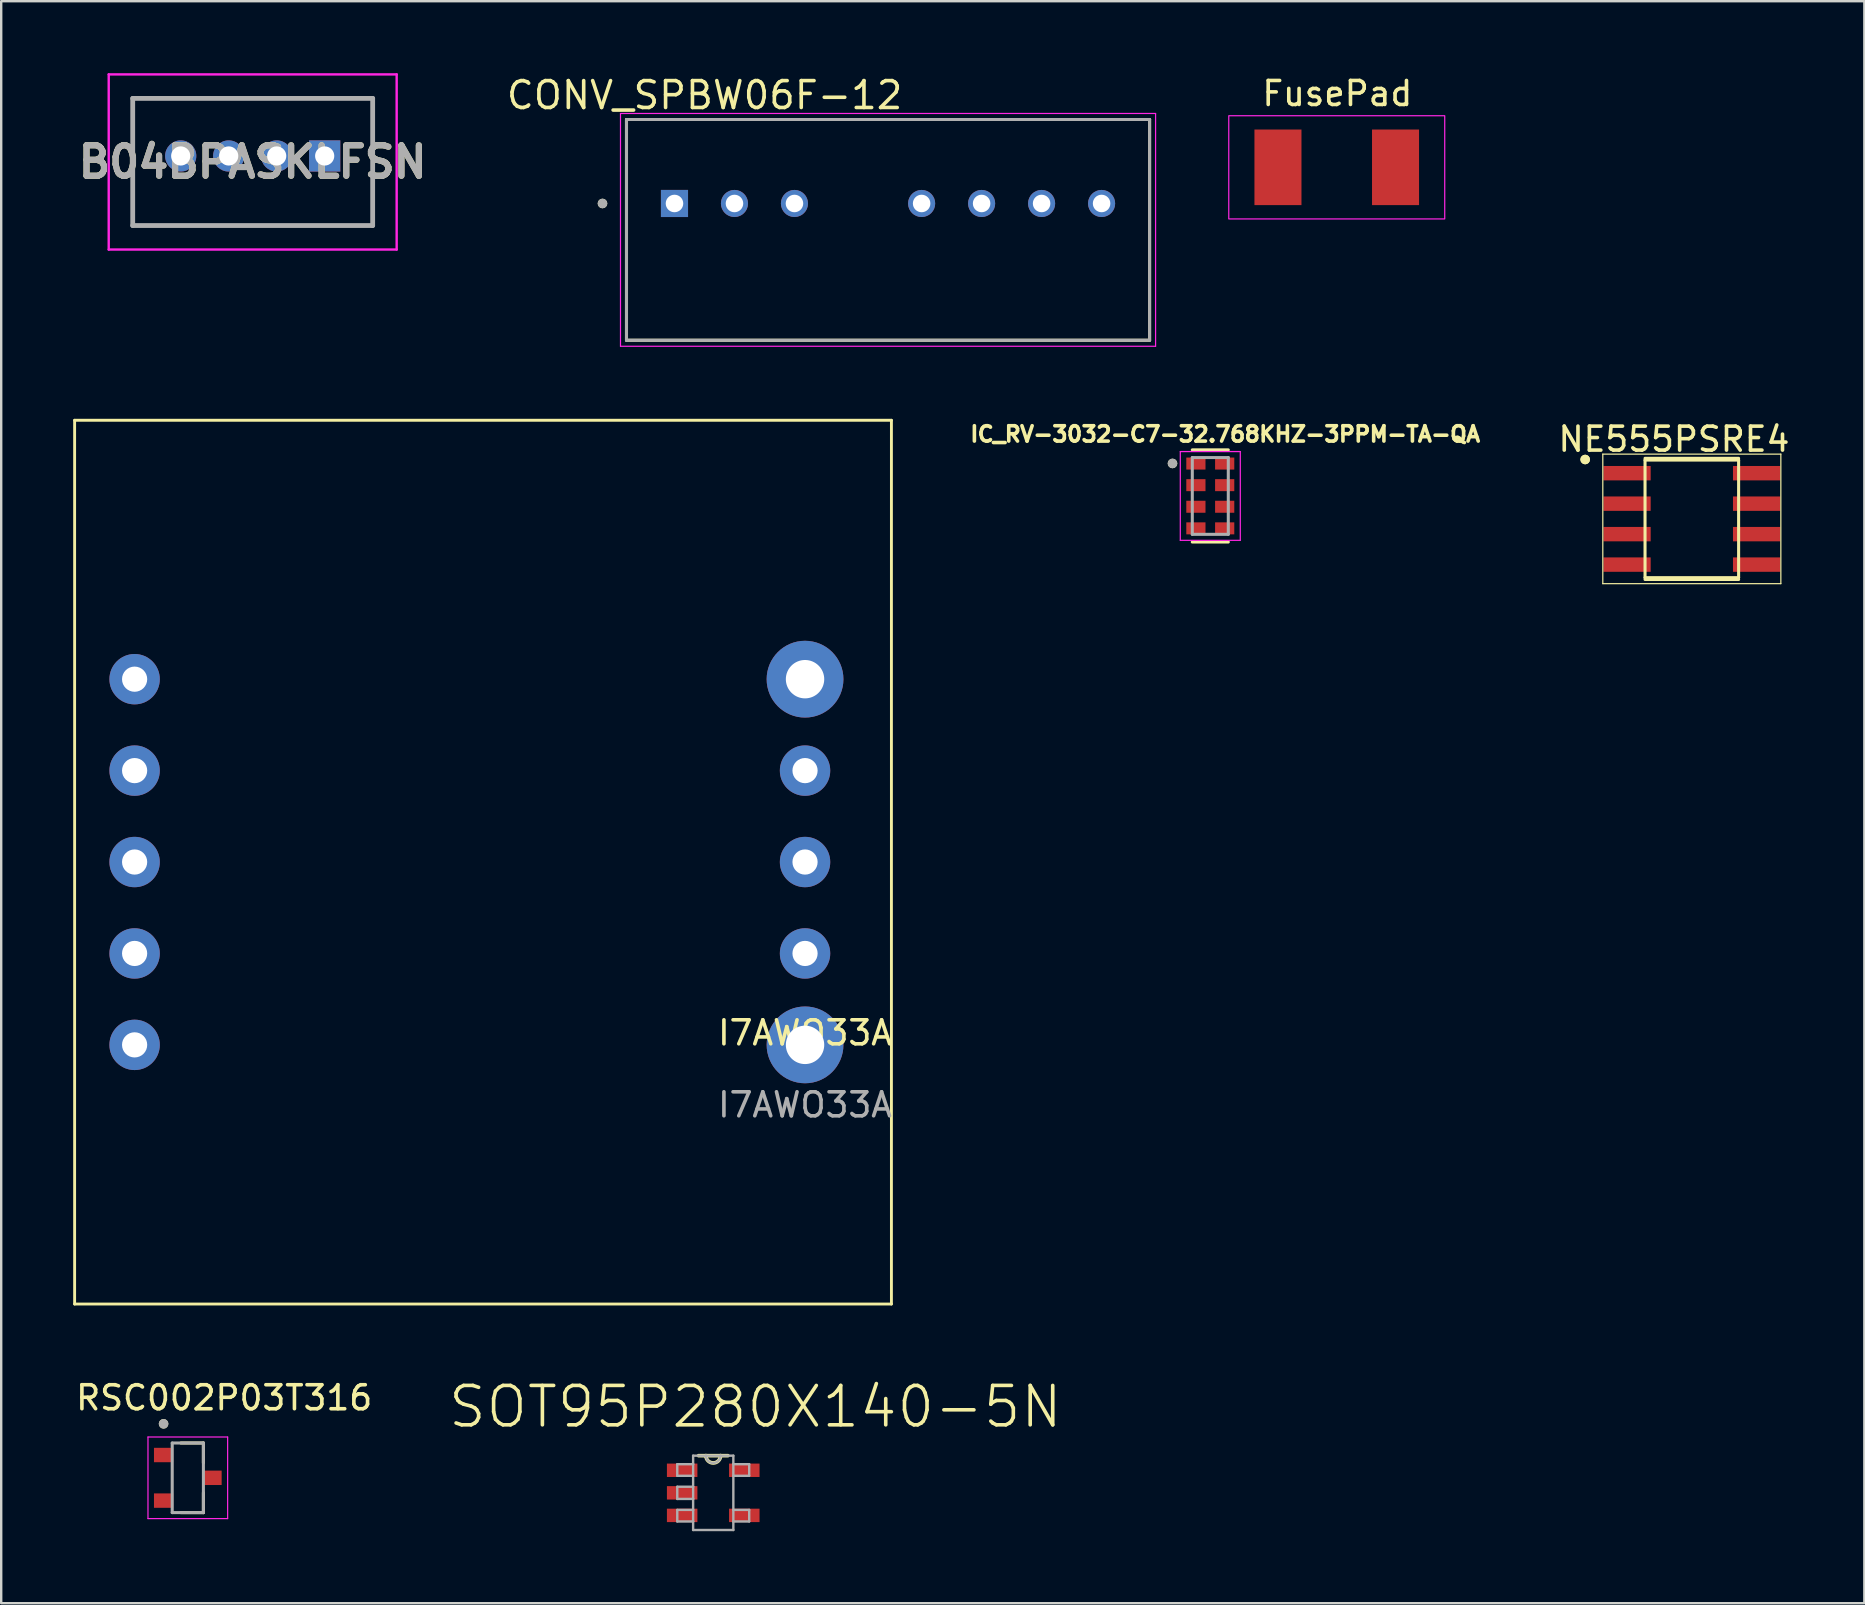
<source format=kicad_pcb>
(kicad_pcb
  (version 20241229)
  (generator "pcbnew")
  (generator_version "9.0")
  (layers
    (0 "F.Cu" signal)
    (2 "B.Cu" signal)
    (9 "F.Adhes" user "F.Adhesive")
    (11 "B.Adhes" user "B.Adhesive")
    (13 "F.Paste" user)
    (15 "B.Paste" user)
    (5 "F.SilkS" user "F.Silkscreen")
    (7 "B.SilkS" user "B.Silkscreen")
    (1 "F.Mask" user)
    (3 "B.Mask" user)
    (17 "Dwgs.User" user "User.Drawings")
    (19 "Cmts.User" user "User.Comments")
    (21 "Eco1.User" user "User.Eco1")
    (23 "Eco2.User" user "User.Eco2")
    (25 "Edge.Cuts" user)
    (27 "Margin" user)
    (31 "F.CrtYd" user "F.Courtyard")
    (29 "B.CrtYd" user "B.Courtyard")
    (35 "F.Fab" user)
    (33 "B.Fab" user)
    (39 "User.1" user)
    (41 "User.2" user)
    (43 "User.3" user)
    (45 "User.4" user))
  (footprint "I7AWO33A"
    (layer "F.Cu")
    (at 30.5 40.495)
    (property "Reference" "I7AWO33A" (at 0 -0.5 0) (unlocked yes) (layer "F.SilkS") (effects (font (size 1 1) (thickness 0.15))))
    (attr smd)
    (fp_line (start -30.44 -26.03) (end -30.44 10.8) (stroke (width 0.12) (type solid)) (layer "F.SilkS"))
    (fp_line (start -30.44 10.8) (end 3.6 10.8) (stroke (width 0.12) (type solid)) (layer "F.SilkS"))
    (fp_line (start 3.6 -26.03) (end -30.44 -26.03) (stroke (width 0.12) (type solid)) (layer "F.SilkS"))
    (fp_line (start 3.6 10.8) (end 3.6 -26.03) (stroke (width 0.12) (type solid)) (layer "F.SilkS"))
    (fp_text user "${REFERENCE}" (at 0 2.5 0) (unlocked yes) (layer "F.Fab") (effects (font (size 1 1) (thickness 0.15))))
    (pad "1" thru_hole circle (at 0 0) (size 3.2 3.2) (drill 1.6) (layers "*.Cu" "*.Mask"))
    (pad "2" thru_hole circle (at 0 -3.81) (size 2.1 2.1) (drill 1.05) (layers "*.Cu" "*.Mask"))
    (pad "3" thru_hole circle (at 0 -7.62) (size 2.1 2.1) (drill 1.05) (layers "*.Cu" "*.Mask"))
    (pad "4" thru_hole circle (at 0 -11.43) (size 2.1 2.1) (drill 1.05) (layers "*.Cu" "*.Mask"))
    (pad "5" thru_hole circle (at 0 -15.24) (size 3.2 3.2) (drill 1.6) (layers "*.Cu" "*.Mask"))
    (pad "6" thru_hole circle (at -27.94 0) (size 2.1 2.1) (drill 1.05) (layers "*.Cu" "*.Mask"))
    (pad "7" thru_hole circle (at -27.94 -3.81) (size 2.1 2.1) (drill 1.05) (layers "*.Cu" "*.Mask"))
    (pad "8" thru_hole circle (at -27.94 -7.62) (size 2.1 2.1) (drill 1.05) (layers "*.Cu" "*.Mask"))
    (pad "9" thru_hole circle (at -27.94 -11.43) (size 2.1 2.1) (drill 1.05) (layers "*.Cu" "*.Mask"))
    (pad "10" thru_hole circle (at -27.94 -15.24) (size 2.1 2.1) (drill 1.05) (layers "*.Cu" "*.Mask")))
  (footprint "RSC002P03T316"
    (layer "F.Cu")
    (at 4.777 58.538)
    (property "Reference" "RSC002P03T316" (at 1.515 -3.335 0) (layer "F.SilkS") (effects (font (size 1 1) (thickness 0.15))))
    (attr through_hole)
    (fp_line (start -0.29 -1.45) (end 0.65 -1.45) (stroke (width 0.127) (type solid)) (layer "F.SilkS"))
    (fp_line (start 0.65 -0.62) (end 0.65 -1.45) (stroke (width 0.127) (type solid)) (layer "F.SilkS"))
    (fp_line (start 0.65 1.45) (end -0.29 1.45) (stroke (width 0.127) (type solid)) (layer "F.SilkS"))
    (fp_line (start 0.65 1.45) (end 0.65 0.62) (stroke (width 0.127) (type solid)) (layer "F.SilkS"))
    (fp_circle (center -1.01 -2.25) (end -0.91 -2.25) (stroke (width 0.2) (type solid)) (fill no) (layer "F.SilkS"))
    (fp_line (start -1.66 -1.7) (end -1.66 1.7) (stroke (width 0.05) (type solid)) (layer "F.CrtYd"))
    (fp_line (start -1.66 1.7) (end 1.66 1.7) (stroke (width 0.05) (type solid)) (layer "F.CrtYd"))
    (fp_line (start 1.66 -1.7) (end -1.66 -1.7) (stroke (width 0.05) (type solid)) (layer "F.CrtYd"))
    (fp_line (start 1.66 1.7) (end 1.66 -1.7) (stroke (width 0.05) (type solid)) (layer "F.CrtYd"))
    (fp_line (start -0.65 -1.45) (end -0.65 1.45) (stroke (width 0.127) (type solid)) (layer "F.Fab"))
    (fp_line (start -0.65 -1.45) (end 0.65 -1.45) (stroke (width 0.127) (type solid)) (layer "F.Fab"))
    (fp_line (start 0.65 1.45) (end -0.65 1.45) (stroke (width 0.127) (type solid)) (layer "F.Fab"))
    (fp_line (start 0.65 1.45) (end 0.65 -1.45) (stroke (width 0.127) (type solid)) (layer "F.Fab"))
    (fp_circle (center -1.01 -2.25) (end -0.91 -2.25) (stroke (width 0.2) (type solid)) (fill no) (layer "F.Fab"))
    (pad "1" smd rect (at -1.01 -0.95) (size 0.8 0.6) (layers "F.Cu" "F.Mask" "F.Paste"))
    (pad "2" smd rect (at -1.01 0.95) (size 0.8 0.6) (layers "F.Cu" "F.Mask" "F.Paste"))
    (pad "3" smd rect (at 1.01 0) (size 0.8 0.6) (layers "F.Cu" "F.Mask" "F.Paste")))
  (footprint "IC_RV-3032-C7-32.768KHZ-3PPM-TA-QA"
    (layer "F.Cu")
    (at 47.389 17.619)
    (property "Reference" "IC_RV-3032-C7-32.768KHZ-3PPM-TA-QA" (at 0.622 -2.576 0) (layer "F.SilkS") (effects (font (size 0.64 0.64) (thickness 0.15))))
    (attr through_hole)
    (fp_line (start -0.75 -1.92) (end 0.75 -1.92) (stroke (width 0.127) (type solid)) (layer "F.SilkS"))
    (fp_line (start -0.75 1.92) (end 0.75 1.92) (stroke (width 0.127) (type solid)) (layer "F.SilkS"))
    (fp_circle (center -1.575 -1.355) (end -1.475 -1.355) (stroke (width 0.2) (type solid)) (fill no) (layer "F.SilkS"))
    (fp_line (start -1.25 -1.85) (end -1.25 1.85) (stroke (width 0.05) (type solid)) (layer "F.CrtYd"))
    (fp_line (start -1.25 1.85) (end 1.25 1.85) (stroke (width 0.05) (type solid)) (layer "F.CrtYd"))
    (fp_line (start 1.25 -1.85) (end -1.25 -1.85) (stroke (width 0.05) (type solid)) (layer "F.CrtYd"))
    (fp_line (start 1.25 1.85) (end 1.25 -1.85) (stroke (width 0.05) (type solid)) (layer "F.CrtYd"))
    (fp_line (start -0.75 -1.6) (end -0.75 1.6) (stroke (width 0.127) (type solid)) (layer "F.Fab"))
    (fp_line (start -0.75 1.6) (end 0.75 1.6) (stroke (width 0.127) (type solid)) (layer "F.Fab"))
    (fp_line (start 0.75 -1.6) (end -0.75 -1.6) (stroke (width 0.127) (type solid)) (layer "F.Fab"))
    (fp_line (start 0.75 1.6) (end 0.75 -1.6) (stroke (width 0.127) (type solid)) (layer "F.Fab"))
    (fp_circle (center -1.575 -1.355) (end -1.475 -1.355) (stroke (width 0.2) (type solid)) (fill no) (layer "F.Fab"))
    (pad "1" smd rect (at -0.6 -1.35) (size 0.8 0.5) (layers "F.Cu" "F.Mask" "F.Paste"))
    (pad "2" smd rect (at -0.6 -0.45) (size 0.8 0.5) (layers "F.Cu" "F.Mask" "F.Paste"))
    (pad "3" smd rect (at -0.6 0.45) (size 0.8 0.5) (layers "F.Cu" "F.Mask" "F.Paste"))
    (pad "4" smd rect (at -0.6 1.35) (size 0.8 0.5) (layers "F.Cu" "F.Mask" "F.Paste"))
    (pad "5" smd rect (at 0.6 1.35) (size 0.8 0.5) (layers "F.Cu" "F.Mask" "F.Paste"))
    (pad "6" smd rect (at 0.6 0.45) (size 0.8 0.5) (layers "F.Cu" "F.Mask" "F.Paste"))
    (pad "7" smd rect (at 0.6 -0.45) (size 0.8 0.5) (layers "F.Cu" "F.Mask" "F.Paste"))
    (pad "8" smd rect (at 0.6 -1.35) (size 0.8 0.5) (layers "F.Cu" "F.Mask" "F.Paste")))
  (footprint "SOT95P280X140-5N"
    (layer "F.Cu")
    (at 26.674 59.164)
    (property "Reference" "SOT95P280X140-5N" (at 1.755 -3.586 0) (layer "F.SilkS") (effects (font (size 1.642 1.642) (thickness 0.15))))
    (attr through_hole)
    (fp_line (start -0.305 -1.549) (end -0.61 -1.549) (stroke (width 0.152) (type solid)) (layer "F.SilkS"))
    (fp_line (start 0.305 -1.549) (end -0.305 -1.549) (stroke (width 0.152) (type solid)) (layer "F.SilkS"))
    (fp_line (start 0.61 -1.549) (end 0.305 -1.549) (stroke (width 0.152) (type solid)) (layer "F.SilkS"))
    (fp_arc (start 0.3048 -1.5494) (mid 0 -1.2446) (end -0.3048 -1.5494) (stroke (width 0.1524) (type solid)) (layer "F.SilkS"))
    (fp_line (start -1.499 -1.194) (end -1.499 -0.711) (stroke (width 0.1) (type solid)) (layer "F.Fab"))
    (fp_line (start -1.499 -0.711) (end -0.838 -0.711) (stroke (width 0.1) (type solid)) (layer "F.Fab"))
    (fp_line (start -1.499 -0.254) (end -1.499 0.254) (stroke (width 0.1) (type solid)) (layer "F.Fab"))
    (fp_line (start -1.499 0.254) (end -0.838 0.254) (stroke (width 0.1) (type solid)) (layer "F.Fab"))
    (fp_line (start -1.499 0.711) (end -1.499 1.194) (stroke (width 0.1) (type solid)) (layer "F.Fab"))
    (fp_line (start -1.499 1.194) (end -0.838 1.194) (stroke (width 0.1) (type solid)) (layer "F.Fab"))
    (fp_line (start -0.838 -1.549) (end -0.838 -1.194) (stroke (width 0.1) (type solid)) (layer "F.Fab"))
    (fp_line (start -0.838 -1.194) (end -1.499 -1.194) (stroke (width 0.1) (type solid)) (layer "F.Fab"))
    (fp_line (start -0.838 -1.194) (end -0.838 -0.711) (stroke (width 0.1) (type solid)) (layer "F.Fab"))
    (fp_line (start -0.838 -0.711) (end -0.838 -0.254) (stroke (width 0.1) (type solid)) (layer "F.Fab"))
    (fp_line (start -0.838 -0.254) (end -1.499 -0.254) (stroke (width 0.1) (type solid)) (layer "F.Fab"))
    (fp_line (start -0.838 -0.254) (end -0.838 0.254) (stroke (width 0.1) (type solid)) (layer "F.Fab"))
    (fp_line (start -0.838 0.254) (end -0.838 0.711) (stroke (width 0.1) (type solid)) (layer "F.Fab"))
    (fp_line (start -0.838 0.711) (end -1.499 0.711) (stroke (width 0.1) (type solid)) (layer "F.Fab"))
    (fp_line (start -0.838 1.194) (end -0.838 0.711) (stroke (width 0.1) (type solid)) (layer "F.Fab"))
    (fp_line (start -0.838 1.549) (end -0.838 1.194) (stroke (width 0.1) (type solid)) (layer "F.Fab"))
    (fp_line (start -0.838 1.549) (end 0.838 1.549) (stroke (width 0.1) (type solid)) (layer "F.Fab"))
    (fp_line (start -0.305 -1.549) (end -0.838 -1.549) (stroke (width 0.1) (type solid)) (layer "F.Fab"))
    (fp_line (start 0.305 -1.549) (end -0.305 -1.549) (stroke (width 0.1) (type solid)) (layer "F.Fab"))
    (fp_line (start 0.838 -1.549) (end 0.305 -1.549) (stroke (width 0.1) (type solid)) (layer "F.Fab"))
    (fp_line (start 0.838 -1.549) (end 0.838 -1.194) (stroke (width 0.1) (type solid)) (layer "F.Fab"))
    (fp_line (start 0.838 -1.194) (end 0.838 -0.711) (stroke (width 0.1) (type solid)) (layer "F.Fab"))
    (fp_line (start 0.838 -0.711) (end 1.499 -0.711) (stroke (width 0.1) (type solid)) (layer "F.Fab"))
    (fp_line (start 0.838 0.711) (end 0.838 -0.711) (stroke (width 0.1) (type solid)) (layer "F.Fab"))
    (fp_line (start 0.838 1.194) (end 0.838 0.711) (stroke (width 0.1) (type solid)) (layer "F.Fab"))
    (fp_line (start 0.838 1.194) (end 1.499 1.194) (stroke (width 0.1) (type solid)) (layer "F.Fab"))
    (fp_line (start 0.838 1.549) (end 0.838 1.194) (stroke (width 0.1) (type solid)) (layer "F.Fab"))
    (fp_line (start 1.499 -1.194) (end 0.838 -1.194) (stroke (width 0.1) (type solid)) (layer "F.Fab"))
    (fp_line (start 1.499 -0.711) (end 1.499 -1.194) (stroke (width 0.1) (type solid)) (layer "F.Fab"))
    (fp_line (start 1.499 0.711) (end 0.838 0.711) (stroke (width 0.1) (type solid)) (layer "F.Fab"))
    (fp_line (start 1.499 1.194) (end 1.499 0.711) (stroke (width 0.1) (type solid)) (layer "F.Fab"))
    (fp_arc (start 0.3048 -1.5494) (mid 0 -1.2446) (end -0.3048 -1.5494) (stroke (width 0.1) (type solid)) (layer "F.Fab"))
    (pad "1" smd rect (at -1.295 -0.94) (size 1.27 0.559) (layers "F.Cu" "F.Mask" "F.Paste"))
    (pad "2" smd rect (at -1.295 0) (size 1.27 0.559) (layers "F.Cu" "F.Mask" "F.Paste"))
    (pad "3" smd rect (at -1.295 0.94) (size 1.27 0.559) (layers "F.Cu" "F.Mask" "F.Paste"))
    (pad "4" smd rect (at 1.295 0.94) (size 1.27 0.559) (layers "F.Cu" "F.Mask" "F.Paste"))
    (pad "5" smd rect (at 1.295 -0.94) (size 1.27 0.559) (layers "F.Cu" "F.Mask" "F.Paste")))
  (footprint "CONV_SPBW06F-12"
    (layer "F.Cu")
    (at 33.959 6.53)
    (property "Reference" "CONV_SPBW06F-12" (at -7.644 -5.611 0) (layer "F.SilkS") (effects (font (size 1.12 1.12) (thickness 0.15))))
    (attr through_hole)
    (fp_line (start -10.9 -4.6) (end 10.9 -4.6) (stroke (width 0.127) (type solid)) (layer "F.SilkS"))
    (fp_line (start -10.9 4.6) (end -10.9 -4.6) (stroke (width 0.127) (type solid)) (layer "F.SilkS"))
    (fp_line (start 10.9 -4.6) (end 10.9 4.6) (stroke (width 0.127) (type solid)) (layer "F.SilkS"))
    (fp_line (start 10.9 4.6) (end -10.9 4.6) (stroke (width 0.127) (type solid)) (layer "F.SilkS"))
    (fp_circle (center -11.9 -1.1) (end -11.8 -1.1) (stroke (width 0.2) (type solid)) (fill no) (layer "F.SilkS"))
    (fp_line (start -11.15 -4.85) (end 11.15 -4.85) (stroke (width 0.05) (type solid)) (layer "F.CrtYd"))
    (fp_line (start -11.15 4.85) (end -11.15 -4.85) (stroke (width 0.05) (type solid)) (layer "F.CrtYd"))
    (fp_line (start 11.15 -4.85) (end 11.15 4.85) (stroke (width 0.05) (type solid)) (layer "F.CrtYd"))
    (fp_line (start 11.15 4.85) (end -11.15 4.85) (stroke (width 0.05) (type solid)) (layer "F.CrtYd"))
    (fp_line (start -10.9 -4.6) (end 10.9 -4.6) (stroke (width 0.127) (type solid)) (layer "F.Fab"))
    (fp_line (start -10.9 4.6) (end -10.9 -4.6) (stroke (width 0.127) (type solid)) (layer "F.Fab"))
    (fp_line (start 10.9 -4.6) (end 10.9 4.6) (stroke (width 0.127) (type solid)) (layer "F.Fab"))
    (fp_line (start 10.9 4.6) (end -10.9 4.6) (stroke (width 0.127) (type solid)) (layer "F.Fab"))
    (fp_circle (center -11.9 -1.1) (end -11.8 -1.1) (stroke (width 0.2) (type solid)) (fill no) (layer "F.Fab"))
    (pad "1" thru_hole rect (at -8.9 -1.1) (size 1.13 1.13) (drill 0.73) (layers "*.Cu" "*.Mask"))
    (pad "2" thru_hole circle (at -6.4 -1.1) (size 1.13 1.13) (drill 0.73) (layers "*.Cu" "*.Mask"))
    (pad "3" thru_hole circle (at -3.9 -1.1) (size 1.13 1.13) (drill 0.73) (layers "*.Cu" "*.Mask"))
    (pad "5" thru_hole circle (at 1.4 -1.1) (size 1.13 1.13) (drill 0.73) (layers "*.Cu" "*.Mask"))
    (pad "6" thru_hole circle (at 3.9 -1.1) (size 1.13 1.13) (drill 0.73) (layers "*.Cu" "*.Mask"))
    (pad "7" thru_hole circle (at 6.4 -1.1) (size 1.13 1.13) (drill 0.73) (layers "*.Cu" "*.Mask"))
    (pad "8" thru_hole circle (at 8.9 -1.1) (size 1.13 1.13) (drill 0.73) (layers "*.Cu" "*.Mask")))
  (footprint "FusePad"
    (layer "F.Cu")
    (at 52.659 3.923)
    (property "Reference" "FusePad" (at 0.025 -3.075 0) (unlocked yes) (layer "F.SilkS") (effects (font (size 1 1) (thickness 0.15))))
    (attr smd)
    (fp_rect (start 4.5 2.15) (end -4.5 -2.15) (stroke (width 0.05) (type solid)) (fill no) (layer "F.CrtYd"))
    (pad "1" smd rect (at 2.45 0) (size 1.96 3.15) (layers "F.Cu" "F.Mask" "F.Paste"))
    (pad "2" smd rect (at -2.45 0) (size 1.96 3.15) (layers "F.Cu" "F.Mask" "F.Paste")))
  (footprint "NE555PSRE4"
    (layer "F.Cu")
    (at 67.457 18.575)
    (property "Reference" "NE555PSRE4" (at -0.745 -3.322 0) (layer "F.SilkS") (effects (font (size 1 1) (thickness 0.15))))
    (attr through_hole)
    (fp_line (start -3.71 -2.7) (end -3.71 2.7) (stroke (width 0.05) (type solid)) (layer "F.SilkS"))
    (fp_line (start -3.71 -2.7) (end 3.71 -2.7) (stroke (width 0.05) (type solid)) (layer "F.SilkS"))
    (fp_line (start -3.71 2.7) (end 3.71 2.7) (stroke (width 0.05) (type solid)) (layer "F.SilkS"))
    (fp_line (start -1.95 -2.525) (end 1.95 -2.525) (stroke (width 0.127) (type solid)) (layer "F.SilkS"))
    (fp_line (start -1.95 -2.45) (end -1.95 2.45) (stroke (width 0.127) (type solid)) (layer "F.SilkS"))
    (fp_line (start -1.95 -2.45) (end 1.95 -2.45) (stroke (width 0.127) (type solid)) (layer "F.SilkS"))
    (fp_line (start -1.95 2.45) (end 1.95 2.45) (stroke (width 0.127) (type solid)) (layer "F.SilkS"))
    (fp_line (start -1.95 2.525) (end 1.95 2.525) (stroke (width 0.127) (type solid)) (layer "F.SilkS"))
    (fp_line (start 1.95 -2.45) (end 1.95 2.45) (stroke (width 0.127) (type solid)) (layer "F.SilkS"))
    (fp_line (start 3.71 -2.7) (end 3.71 2.7) (stroke (width 0.05) (type solid)) (layer "F.SilkS"))
    (fp_circle (center -4.445 -2.475) (end -4.345 -2.475) (stroke (width 0.2) (type solid)) (fill no) (layer "F.SilkS"))
    (fp_circle (center -4.445 -2.475) (end -4.345 -2.475) (stroke (width 0.2) (type solid)) (fill no) (layer "F.SilkS"))
    (pad "1" smd rect (at -2.7 -1.905) (size 1.97 0.6) (layers "F.Cu" "F.Mask" "F.Paste"))
    (pad "2" smd rect (at -2.7 -0.635) (size 1.97 0.6) (layers "F.Cu" "F.Mask" "F.Paste"))
    (pad "3" smd rect (at -2.7 0.635) (size 1.97 0.6) (layers "F.Cu" "F.Mask" "F.Paste"))
    (pad "4" smd rect (at -2.7 1.905) (size 1.97 0.6) (layers "F.Cu" "F.Mask" "F.Paste"))
    (pad "5" smd rect (at 2.7 1.905) (size 1.97 0.6) (layers "F.Cu" "F.Mask" "F.Paste"))
    (pad "6" smd rect (at 2.7 0.635) (size 1.97 0.6) (layers "F.Cu" "F.Mask" "F.Paste"))
    (pad "7" smd rect (at 2.7 -0.635) (size 1.97 0.6) (layers "F.Cu" "F.Mask" "F.Paste"))
    (pad "8" smd rect (at 2.7 -1.905) (size 1.97 0.6) (layers "F.Cu" "F.Mask" "F.Paste")))
  (footprint "B04BPASKLFSN"
    (layer "F.Cu")
    (at 10.481 3.45)
    (property "Reference" "B04BPASKLFSN" (at -3 0.25 0) (layer "F.SilkS") (effects (font (size 1.27 1.27) (thickness 0.254))))
    (attr through_hole)
    (fp_line (start -8 -2.4) (end 2 -2.4) (stroke (width 0.1) (type solid)) (layer "F.SilkS"))
    (fp_line (start -8 2.9) (end -8 -2.4) (stroke (width 0.1) (type solid)) (layer "F.SilkS"))
    (fp_line (start 2 -2.4) (end 2 2.9) (stroke (width 0.1) (type solid)) (layer "F.SilkS"))
    (fp_line (start 2 2.9) (end -8 2.9) (stroke (width 0.1) (type solid)) (layer "F.SilkS"))
    (fp_line (start -9 -3.4) (end 3 -3.4) (stroke (width 0.1) (type solid)) (layer "F.CrtYd"))
    (fp_line (start -9 3.9) (end -9 -3.4) (stroke (width 0.1) (type solid)) (layer "F.CrtYd"))
    (fp_line (start 3 -3.4) (end 3 3.9) (stroke (width 0.1) (type solid)) (layer "F.CrtYd"))
    (fp_line (start 3 3.9) (end -9 3.9) (stroke (width 0.1) (type solid)) (layer "F.CrtYd"))
    (fp_line (start -8 -2.4) (end 2 -2.4) (stroke (width 0.2) (type solid)) (layer "F.Fab"))
    (fp_line (start -8 2.9) (end -8 -2.4) (stroke (width 0.2) (type solid)) (layer "F.Fab"))
    (fp_line (start 2 -2.4) (end 2 2.9) (stroke (width 0.2) (type solid)) (layer "F.Fab"))
    (fp_line (start 2 2.9) (end -8 2.9) (stroke (width 0.2) (type solid)) (layer "F.Fab"))
    (fp_text user "${REFERENCE}" (at -3 0.25 0) (layer "F.Fab") (effects (font (size 1.27 1.27) (thickness 0.254))))
    (pad "1" thru_hole rect (at 0 0) (size 1.3 1.3) (drill 0.8) (layers "*.Cu" "*.Mask"))
    (pad "2" thru_hole circle (at -2 0) (size 1.3 1.3) (drill 0.8) (layers "*.Cu" "*.Mask"))
    (pad "3" thru_hole circle (at -4 0) (size 1.3 1.3) (drill 0.8) (layers "*.Cu" "*.Mask"))
    (pad "4" thru_hole circle (at -6 0) (size 1.3 1.3) (drill 0.8) (layers "*.Cu" "*.Mask")))
  (gr_rect
    (start -3 -3)
    (end 74.647 63.764)
    (stroke (width 0.1) (type default))
    (fill no)
    (layer "Edge.Cuts")))
</source>
